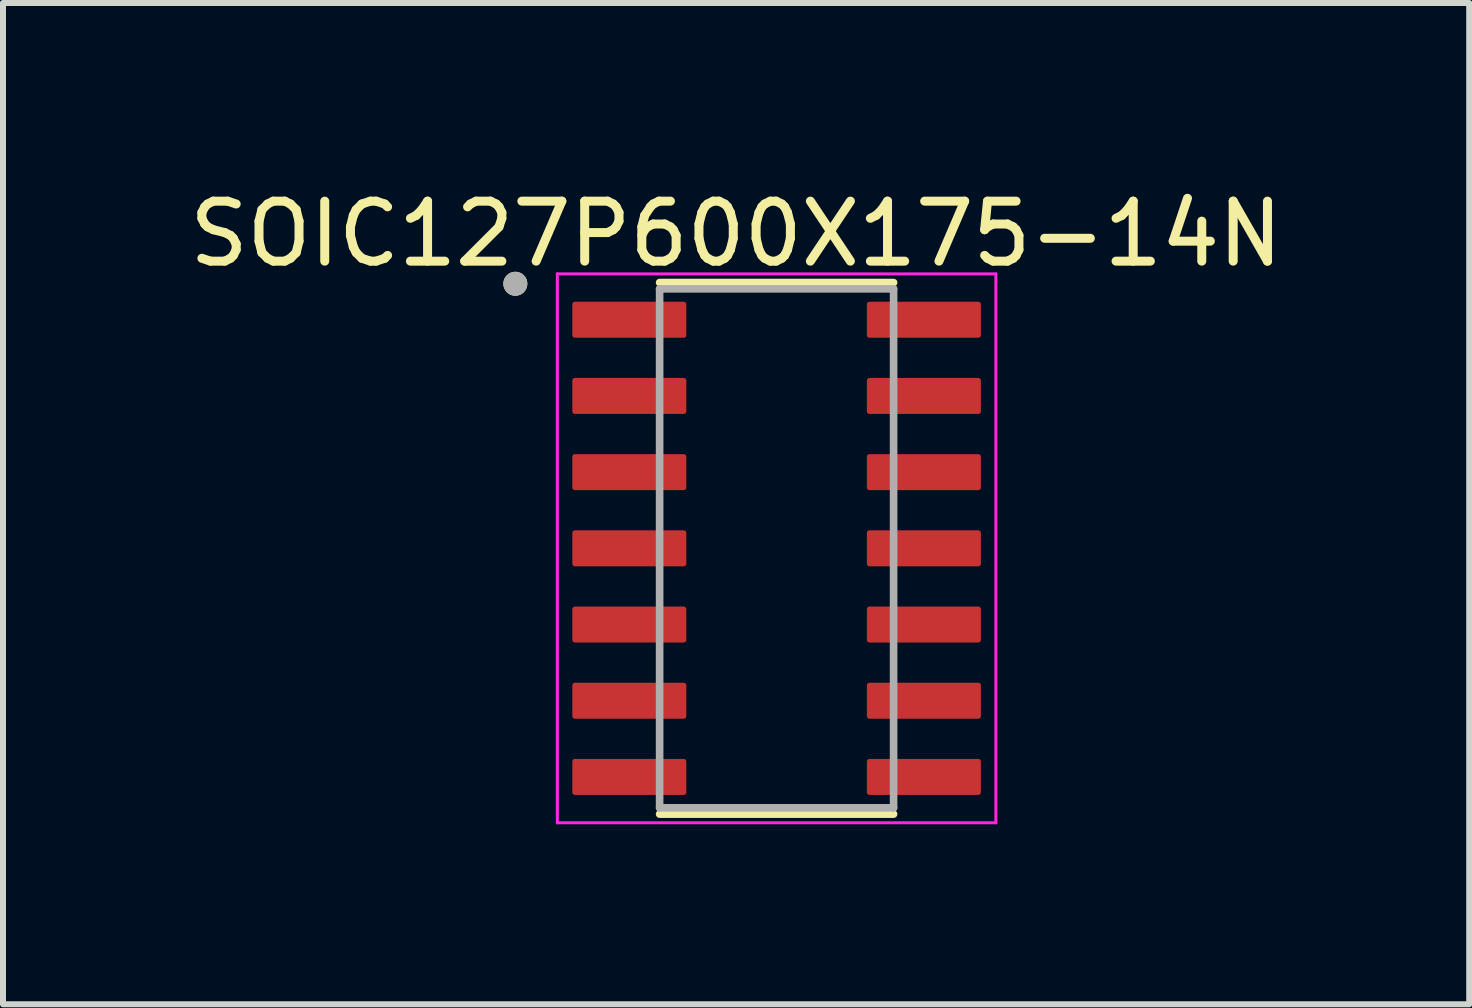
<source format=kicad_pcb>
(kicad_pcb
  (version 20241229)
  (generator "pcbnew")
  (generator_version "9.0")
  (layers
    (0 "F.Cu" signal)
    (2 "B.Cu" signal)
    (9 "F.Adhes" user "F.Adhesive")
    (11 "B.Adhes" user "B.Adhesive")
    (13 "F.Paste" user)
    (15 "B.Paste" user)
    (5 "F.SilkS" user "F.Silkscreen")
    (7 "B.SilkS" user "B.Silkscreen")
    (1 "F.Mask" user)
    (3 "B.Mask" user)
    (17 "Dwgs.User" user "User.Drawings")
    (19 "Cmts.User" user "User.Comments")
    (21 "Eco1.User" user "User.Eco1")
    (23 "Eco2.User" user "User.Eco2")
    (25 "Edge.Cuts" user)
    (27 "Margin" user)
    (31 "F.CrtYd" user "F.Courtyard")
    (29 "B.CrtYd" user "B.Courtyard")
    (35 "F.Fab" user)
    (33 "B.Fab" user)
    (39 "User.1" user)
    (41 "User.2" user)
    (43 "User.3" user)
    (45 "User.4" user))
  (footprint "SOIC127P600X175-14N"
    (layer "F.Cu")
    (at 9.895 6.09)
    (property "Reference" "SOIC127P600X175-14N" (at -0.675 -5.242 0) (layer "F.SilkS") (effects (font (size 1 1) (thickness 0.15))))
    (attr through_hole)
    (fp_line (start -1.95 -4.43) (end 1.95 -4.43) (stroke (width 0.127) (type solid)) (layer "F.SilkS"))
    (fp_line (start -1.95 4.43) (end 1.95 4.43) (stroke (width 0.127) (type solid)) (layer "F.SilkS"))
    (fp_circle (center -4.355 -4.41) (end -4.255 -4.41) (stroke (width 0.2) (type solid)) (fill no) (layer "F.SilkS"))
    (fp_line (start -3.655 -4.575) (end -3.655 4.575) (stroke (width 0.05) (type solid)) (layer "F.CrtYd"))
    (fp_line (start -3.655 -4.575) (end 3.655 -4.575) (stroke (width 0.05) (type solid)) (layer "F.CrtYd"))
    (fp_line (start -3.655 4.575) (end 3.655 4.575) (stroke (width 0.05) (type solid)) (layer "F.CrtYd"))
    (fp_line (start 3.655 -4.575) (end 3.655 4.575) (stroke (width 0.05) (type solid)) (layer "F.CrtYd"))
    (fp_line (start -1.95 -4.325) (end -1.95 4.325) (stroke (width 0.127) (type solid)) (layer "F.Fab"))
    (fp_line (start -1.95 -4.325) (end 1.95 -4.325) (stroke (width 0.127) (type solid)) (layer "F.Fab"))
    (fp_line (start -1.95 4.325) (end 1.95 4.325) (stroke (width 0.127) (type solid)) (layer "F.Fab"))
    (fp_line (start 1.95 -4.325) (end 1.95 4.325) (stroke (width 0.127) (type solid)) (layer "F.Fab"))
    (fp_circle (center -4.355 -4.41) (end -4.255 -4.41) (stroke (width 0.2) (type solid)) (fill no) (layer "F.Fab"))
    (pad "1" smd roundrect (at -2.455 -3.81) (size 1.9 0.6) (layers "F.Cu" "F.Mask" "F.Paste") (roundrect_rratio 0.07))
    (pad "2" smd roundrect (at -2.455 -2.54) (size 1.9 0.6) (layers "F.Cu" "F.Mask" "F.Paste") (roundrect_rratio 0.07))
    (pad "3" smd roundrect (at -2.455 -1.27) (size 1.9 0.6) (layers "F.Cu" "F.Mask" "F.Paste") (roundrect_rratio 0.07))
    (pad "4" smd roundrect (at -2.455 0) (size 1.9 0.6) (layers "F.Cu" "F.Mask" "F.Paste") (roundrect_rratio 0.07))
    (pad "5" smd roundrect (at -2.455 1.27) (size 1.9 0.6) (layers "F.Cu" "F.Mask" "F.Paste") (roundrect_rratio 0.07))
    (pad "6" smd roundrect (at -2.455 2.54) (size 1.9 0.6) (layers "F.Cu" "F.Mask" "F.Paste") (roundrect_rratio 0.07))
    (pad "7" smd roundrect (at -2.455 3.81) (size 1.9 0.6) (layers "F.Cu" "F.Mask" "F.Paste") (roundrect_rratio 0.07))
    (pad "8" smd roundrect (at 2.455 3.81) (size 1.9 0.6) (layers "F.Cu" "F.Mask" "F.Paste") (roundrect_rratio 0.07))
    (pad "9" smd roundrect (at 2.455 2.54) (size 1.9 0.6) (layers "F.Cu" "F.Mask" "F.Paste") (roundrect_rratio 0.07))
    (pad "10" smd roundrect (at 2.455 1.27) (size 1.9 0.6) (layers "F.Cu" "F.Mask" "F.Paste") (roundrect_rratio 0.07))
    (pad "11" smd roundrect (at 2.455 0) (size 1.9 0.6) (layers "F.Cu" "F.Mask" "F.Paste") (roundrect_rratio 0.07))
    (pad "12" smd roundrect (at 2.455 -1.27) (size 1.9 0.6) (layers "F.Cu" "F.Mask" "F.Paste") (roundrect_rratio 0.07))
    (pad "13" smd roundrect (at 2.455 -2.54) (size 1.9 0.6) (layers "F.Cu" "F.Mask" "F.Paste") (roundrect_rratio 0.07))
    (pad "14" smd roundrect (at 2.455 -3.81) (size 1.9 0.6) (layers "F.Cu" "F.Mask" "F.Paste") (roundrect_rratio 0.07)))
  (gr_rect
    (start -3 -3)
    (end 21.44 13.69)
    (stroke (width 0.1) (type default))
    (fill no)
    (layer "Edge.Cuts")))
</source>
